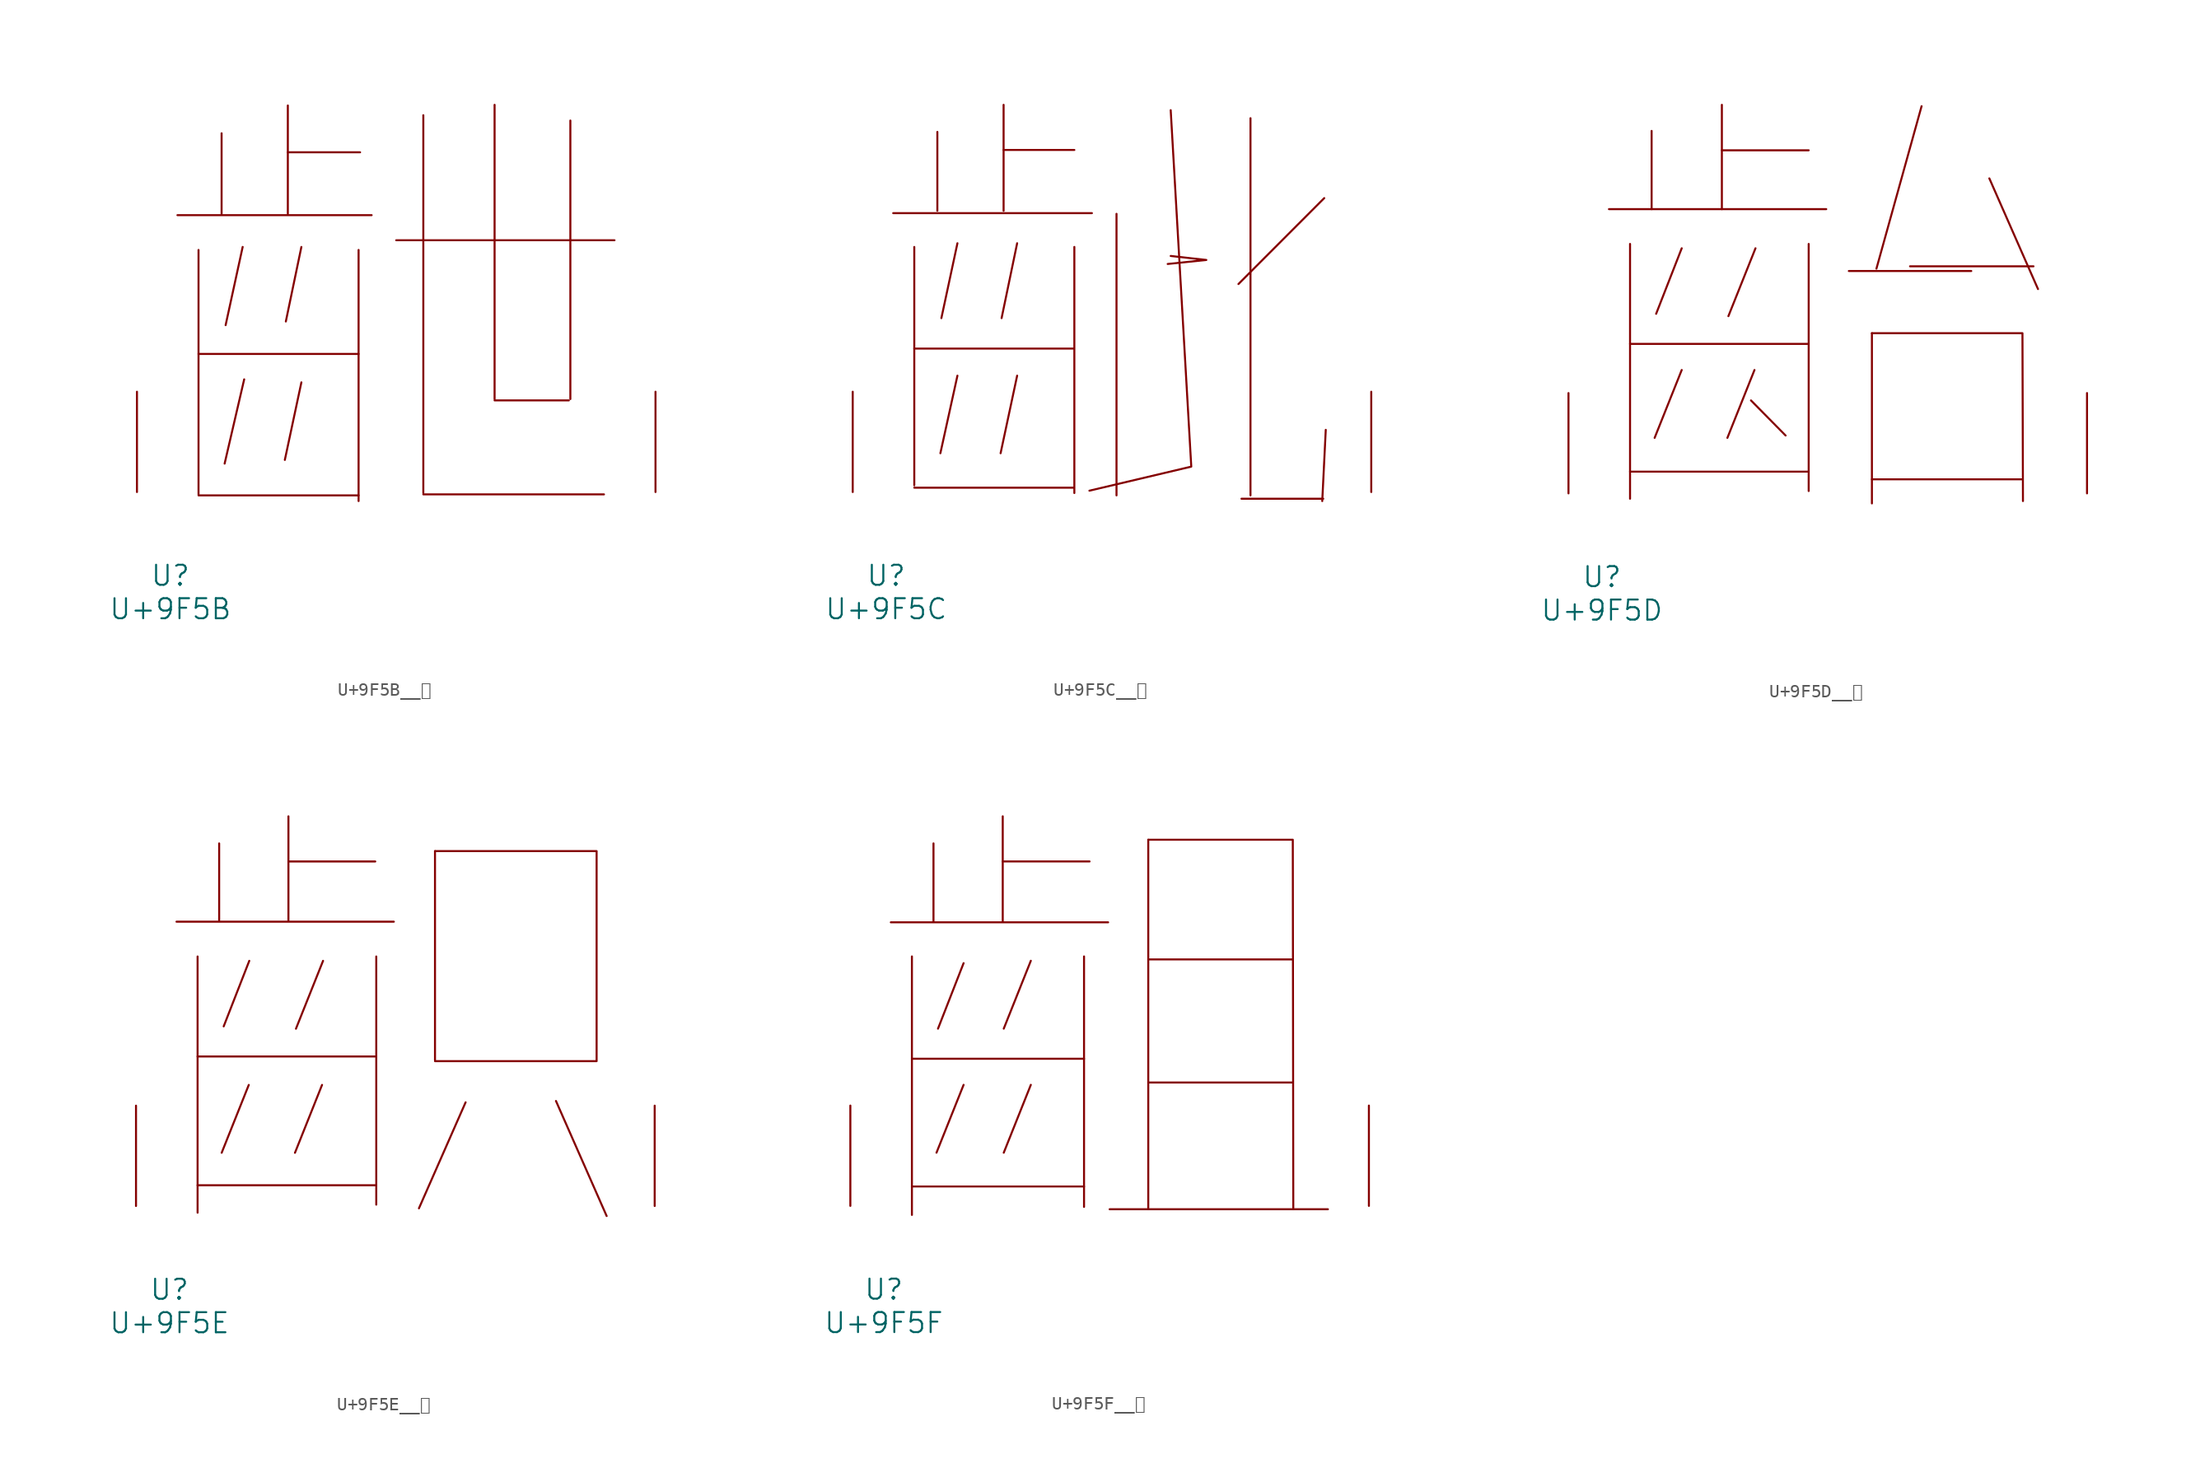
<source format=kicad_sym>
(kicad_symbol_lib
  (version 20231120)
  (generator "kicad_symbol_editor")
  (generator_version "8.0")
  (symbol "U+9F5B__齛"
    (pin_names
      (offset 1.016))
    (property "Reference" "U"
      (at 0 -6.35 0)
      (effects (font (size 1.524 1.524))))
    (property "Value" "U+9F5B"
      (at 0 -8.89 0)
      (effects (font (size 1.524 1.524))))
    (symbol "U+9F5B__齛_0_1"
      (polyline (pts (xy 0.533 21.031) (xy 15.278 21.031)) (stroke (width 0) (type solid)) (fill (type none)))
      (polyline (pts (xy 2.134 -0.254) (xy 14.287 -0.254)) (stroke (width 0) (type solid)) (fill (type none)))
      (polyline (pts (xy 2.134 10.49) (xy 14.287 10.49)) (stroke (width 0) (type solid)) (fill (type none)))
      (polyline (pts (xy 2.134 18.39) (xy 2.134 -0.178)) (stroke (width 0) (type solid)) (fill (type none)))
      (polyline (pts (xy 3.886 27.254) (xy 3.886 21.133)) (stroke (width 0) (type solid)) (fill (type none)))
      (polyline (pts (xy 5.486 18.618) (xy 4.191 12.675)) (stroke (width 0) (type solid)) (fill (type none)))
      (polyline (pts (xy 5.601 8.56) (xy 4.115 2.159)) (stroke (width 0) (type solid)) (fill (type none)))
      (polyline (pts (xy 8.915 25.806) (xy 14.402 25.806)) (stroke (width 0) (type solid)) (fill (type none)))
      (polyline (pts (xy 8.915 29.362) (xy 8.915 21.133)) (stroke (width 0) (type solid)) (fill (type none)))
      (polyline (pts (xy 9.944 8.331) (xy 8.687 2.438)) (stroke (width 0) (type solid)) (fill (type none)))
      (polyline (pts (xy 9.944 18.618) (xy 8.763 12.954)) (stroke (width 0) (type solid)) (fill (type none)))
      (polyline (pts (xy 14.287 18.39) (xy 14.287 -0.686)) (stroke (width 0) (type solid)) (fill (type none)))
      (polyline (pts (xy 17.145 19.126) (xy 33.718 19.126)) (stroke (width 0) (type solid)) (fill (type none)))
      (polyline (pts (xy 19.202 -0.178) (xy 32.918 -0.178)) (stroke (width 0) (type solid)) (fill (type none)))
      (polyline (pts (xy 19.202 28.626) (xy 19.202 -0.076)) (stroke (width 0) (type solid)) (fill (type none)))
      (polyline (pts (xy 24.613 6.96) (xy 30.251 6.96)) (stroke (width 0) (type solid)) (fill (type none)))
      (polyline (pts (xy 24.613 29.413) (xy 24.613 7.061)) (stroke (width 0) (type solid)) (fill (type none)))
      (polyline (pts (xy 30.366 28.219) (xy 30.366 7.061)) (stroke (width 0) (type solid)) (fill (type none)))
      (pin input line (at -2.54 0 90) (length 7.62) (name "~" (effects (font (size 1.27 1.27)))) (number "~" (effects (font (size 1.27 1.27)))))
      (pin input line (at 36.83 0 90) (length 7.62) (name "~" (effects (font (size 1.27 1.27)))) (number "~" (effects (font (size 1.27 1.27)))))))
  (symbol "U+9F5C__齜"
    (pin_names
      (offset 1.016))
    (property "Reference" "U"
      (at 0 -6.35 0)
      (effects (font (size 1.524 1.524))))
    (property "Value" "U+9F5C"
      (at 0 -8.89 0)
      (effects (font (size 1.524 1.524))))
    (symbol "U+9F5C__齜_0_1"
      (polyline (pts (xy 0.533 21.184) (xy 15.621 21.184)) (stroke (width 0) (type solid)) (fill (type none)))
      (polyline (pts (xy 2.134 0.33) (xy 14.249 0.33)) (stroke (width 0) (type solid)) (fill (type none)))
      (polyline (pts (xy 2.134 10.897) (xy 14.249 10.897)) (stroke (width 0) (type solid)) (fill (type none)))
      (polyline (pts (xy 2.134 18.618) (xy 2.134 0.508)) (stroke (width 0) (type solid)) (fill (type none)))
      (polyline (pts (xy 3.886 27.356) (xy 3.886 21.361)) (stroke (width 0) (type solid)) (fill (type none)))
      (polyline (pts (xy 5.41 8.839) (xy 4.115 2.946)) (stroke (width 0) (type solid)) (fill (type none)))
      (polyline (pts (xy 5.41 18.898) (xy 4.191 13.208)) (stroke (width 0) (type solid)) (fill (type none)))
      (polyline (pts (xy 8.915 25.984) (xy 14.287 25.984)) (stroke (width 0) (type solid)) (fill (type none)))
      (polyline (pts (xy 8.915 29.413) (xy 8.915 21.361)) (stroke (width 0) (type solid)) (fill (type none)))
      (polyline (pts (xy 9.944 8.839) (xy 8.687 2.946)) (stroke (width 0) (type solid)) (fill (type none)))
      (polyline (pts (xy 9.944 18.898) (xy 8.763 13.208)) (stroke (width 0) (type solid)) (fill (type none)))
      (polyline (pts (xy 14.287 18.618) (xy 14.287 -0.076)) (stroke (width 0) (type solid)) (fill (type none)))
      (polyline (pts (xy 17.488 21.133) (xy 17.488 -0.254)) (stroke (width 0) (type solid)) (fill (type none)))
      (polyline (pts (xy 26.975 -0.508) (xy 33.185 -0.508)) (stroke (width 0) (type solid)) (fill (type none)))
      (polyline (pts (xy 27.661 28.397) (xy 27.661 -0.254)) (stroke (width 0) (type solid)) (fill (type none)))
      (polyline (pts (xy 33.261 22.327) (xy 26.746 15.799)) (stroke (width 0) (type solid)) (fill (type none)))
      (polyline (pts (xy 33.376 4.724) (xy 33.109 -0.686)) (stroke (width 0) (type solid)) (fill (type none)))
      (polyline (pts (xy 21.603 17.932) (xy 24.308 17.628) (xy 21.374 17.323)) (stroke (width 0) (type solid)) (fill (type none)))
      (polyline (pts (xy 21.603 29.007) (xy 23.165 1.93) (xy 15.431 0.102)) (stroke (width 0) (type solid)) (fill (type none)))
      (pin input line (at -2.54 0 90) (length 7.62) (name "~" (effects (font (size 1.27 1.27)))) (number "~" (effects (font (size 1.27 1.27)))))
      (pin input line (at 36.83 0 90) (length 7.62) (name "~" (effects (font (size 1.27 1.27)))) (number "~" (effects (font (size 1.27 1.27)))))))
  (symbol "U+9F5D__齝"
    (pin_names
      (offset 1.016))
    (property "Reference" "U"
      (at 0 -6.35 0)
      (effects (font (size 1.524 1.524))))
    (property "Value" "U+9F5D"
      (at 0 -8.89 0)
      (effects (font (size 1.524 1.524))))
    (symbol "U+9F5D__齝_0_1"
      (polyline (pts (xy 0.533 21.59) (xy 17.031 21.59)) (stroke (width 0) (type solid)) (fill (type none)))
      (polyline (pts (xy 2.134 1.651) (xy 15.697 1.651)) (stroke (width 0) (type solid)) (fill (type none)))
      (polyline (pts (xy 2.134 11.354) (xy 15.697 11.354)) (stroke (width 0) (type solid)) (fill (type none)))
      (polyline (pts (xy 2.134 18.948) (xy 2.134 -0.406)) (stroke (width 0) (type solid)) (fill (type none)))
      (polyline (pts (xy 3.772 27.534) (xy 3.772 21.59)) (stroke (width 0) (type solid)) (fill (type none)))
      (polyline (pts (xy 6.058 9.373) (xy 4 4.216)) (stroke (width 0) (type solid)) (fill (type none)))
      (polyline (pts (xy 6.058 18.618) (xy 4.115 13.64)) (stroke (width 0) (type solid)) (fill (type none)))
      (polyline (pts (xy 9.106 26.06) (xy 15.697 26.06)) (stroke (width 0) (type solid)) (fill (type none)))
      (polyline (pts (xy 9.106 29.515) (xy 9.106 21.59)) (stroke (width 0) (type solid)) (fill (type none)))
      (polyline (pts (xy 11.316 7.061) (xy 13.945 4.394)) (stroke (width 0) (type solid)) (fill (type none)))
      (polyline (pts (xy 11.582 9.373) (xy 9.525 4.216)) (stroke (width 0) (type solid)) (fill (type none)))
      (polyline (pts (xy 11.659 18.618) (xy 9.601 13.462)) (stroke (width 0) (type solid)) (fill (type none)))
      (polyline (pts (xy 15.697 18.948) (xy 15.697 0.178)) (stroke (width 0) (type solid)) (fill (type none)))
      (polyline (pts (xy 18.745 16.891) (xy 28.042 16.891)) (stroke (width 0) (type solid)) (fill (type none)))
      (polyline (pts (xy 20.498 1.067) (xy 31.89 1.067)) (stroke (width 0) (type solid)) (fill (type none)))
      (polyline (pts (xy 20.498 12.167) (xy 20.498 -0.762)) (stroke (width 0) (type solid)) (fill (type none)))
      (polyline (pts (xy 23.393 17.247) (xy 32.766 17.247)) (stroke (width 0) (type solid)) (fill (type none)))
      (polyline (pts (xy 24.27 29.413) (xy 20.841 17.069)) (stroke (width 0) (type solid)) (fill (type none)))
      (polyline (pts (xy 29.413 23.927) (xy 33.109 15.519)) (stroke (width 0) (type solid)) (fill (type none)))
      (polyline (pts (xy 20.498 12.167) (xy 31.928 12.167) (xy 31.966 -0.584)) (stroke (width 0) (type solid)) (fill (type none)))
      (pin input line (at -2.54 0 90) (length 7.62) (name "~" (effects (font (size 1.27 1.27)))) (number "~" (effects (font (size 1.27 1.27)))))
      (pin input line (at 36.83 0 90) (length 7.62) (name "~" (effects (font (size 1.27 1.27)))) (number "~" (effects (font (size 1.27 1.27)))))))
  (symbol "U+9F5E__齞"
    (pin_names
      (offset 1.016))
    (property "Reference" "U"
      (at 0 -6.35 0)
      (effects (font (size 1.524 1.524))))
    (property "Value" "U+9F5E"
      (at 0 -8.89 0)
      (effects (font (size 1.524 1.524))))
    (symbol "U+9F5E__齞_0_1"
      (polyline (pts (xy 0.533 21.59) (xy 17.031 21.59)) (stroke (width 0) (type solid)) (fill (type none)))
      (polyline (pts (xy 2.134 1.575) (xy 15.621 1.575)) (stroke (width 0) (type solid)) (fill (type none)))
      (polyline (pts (xy 2.134 11.354) (xy 15.621 11.354)) (stroke (width 0) (type solid)) (fill (type none)))
      (polyline (pts (xy 2.134 18.948) (xy 2.134 -0.508)) (stroke (width 0) (type solid)) (fill (type none)))
      (polyline (pts (xy 3.772 27.534) (xy 3.772 21.692)) (stroke (width 0) (type solid)) (fill (type none)))
      (polyline (pts (xy 6.02 9.195) (xy 3.962 4.039)) (stroke (width 0) (type solid)) (fill (type none)))
      (polyline (pts (xy 6.058 18.618) (xy 4.115 13.64)) (stroke (width 0) (type solid)) (fill (type none)))
      (polyline (pts (xy 9.03 26.162) (xy 15.621 26.162)) (stroke (width 0) (type solid)) (fill (type none)))
      (polyline (pts (xy 9.03 29.591) (xy 9.03 21.692)) (stroke (width 0) (type solid)) (fill (type none)))
      (polyline (pts (xy 11.582 9.195) (xy 9.525 4.039)) (stroke (width 0) (type solid)) (fill (type none)))
      (polyline (pts (xy 11.659 18.618) (xy 9.601 13.462)) (stroke (width 0) (type solid)) (fill (type none)))
      (polyline (pts (xy 15.697 18.948) (xy 15.697 0.102)) (stroke (width 0) (type solid)) (fill (type none)))
      (polyline (pts (xy 20.155 10.998) (xy 32.423 10.998)) (stroke (width 0) (type solid)) (fill (type none)))
      (polyline (pts (xy 20.155 26.949) (xy 20.155 11.074)) (stroke (width 0) (type solid)) (fill (type none)))
      (polyline (pts (xy 22.479 7.874) (xy 18.936 -0.178)) (stroke (width 0) (type solid)) (fill (type none)))
      (polyline (pts (xy 29.337 7.976) (xy 33.185 -0.762)) (stroke (width 0) (type solid)) (fill (type none)))
      (polyline (pts (xy 20.155 26.949) (xy 32.423 26.949) (xy 32.423 11.074)) (stroke (width 0) (type solid)) (fill (type none)))
      (pin input line (at -2.54 0 90) (length 7.62) (name "~" (effects (font (size 1.27 1.27)))) (number "~" (effects (font (size 1.27 1.27)))))
      (pin input line (at 36.83 0 90) (length 7.62) (name "~" (effects (font (size 1.27 1.27)))) (number "~" (effects (font (size 1.27 1.27)))))))
  (symbol "U+9F5F__齟"
    (pin_names
      (offset 1.016))
    (property "Reference" "U"
      (at 0 -6.35 0)
      (effects (font (size 1.524 1.524))))
    (property "Value" "U+9F5F"
      (at 0 -8.89 0)
      (effects (font (size 1.524 1.524))))
    (symbol "U+9F5F__齟_0_1"
      (polyline (pts (xy 0.533 21.539) (xy 17.031 21.539)) (stroke (width 0) (type solid)) (fill (type none)))
      (polyline (pts (xy 2.134 1.473) (xy 15.202 1.473)) (stroke (width 0) (type solid)) (fill (type none)))
      (polyline (pts (xy 2.134 11.176) (xy 15.202 11.176)) (stroke (width 0) (type solid)) (fill (type none)))
      (polyline (pts (xy 2.134 18.948) (xy 2.134 -0.686)) (stroke (width 0) (type solid)) (fill (type none)))
      (polyline (pts (xy 3.772 27.534) (xy 3.772 21.59)) (stroke (width 0) (type solid)) (fill (type none)))
      (polyline (pts (xy 6.058 9.195) (xy 4 4.039)) (stroke (width 0) (type solid)) (fill (type none)))
      (polyline (pts (xy 6.058 18.44) (xy 4.115 13.462)) (stroke (width 0) (type solid)) (fill (type none)))
      (polyline (pts (xy 9.03 26.162) (xy 15.621 26.162)) (stroke (width 0) (type solid)) (fill (type none)))
      (polyline (pts (xy 9.03 29.591) (xy 9.03 21.59)) (stroke (width 0) (type solid)) (fill (type none)))
      (polyline (pts (xy 11.163 9.195) (xy 9.106 4.039)) (stroke (width 0) (type solid)) (fill (type none)))
      (polyline (pts (xy 11.163 18.618) (xy 9.106 13.462)) (stroke (width 0) (type solid)) (fill (type none)))
      (polyline (pts (xy 15.202 18.948) (xy 15.202 -0.076)) (stroke (width 0) (type solid)) (fill (type none)))
      (polyline (pts (xy 17.145 -0.254) (xy 33.718 -0.254)) (stroke (width 0) (type solid)) (fill (type none)))
      (polyline (pts (xy 20.079 9.373) (xy 31.052 9.373)) (stroke (width 0) (type solid)) (fill (type none)))
      (polyline (pts (xy 20.079 18.72) (xy 31.052 18.72)) (stroke (width 0) (type solid)) (fill (type none)))
      (polyline (pts (xy 20.079 27.813) (xy 20.079 -0.178)) (stroke (width 0) (type solid)) (fill (type none)))
      (polyline (pts (xy 20.079 27.813) (xy 31.052 27.813) (xy 31.09 -0.178)) (stroke (width 0) (type solid)) (fill (type none)))
      (pin input line (at -2.54 0 90) (length 7.62) (name "~" (effects (font (size 1.27 1.27)))) (number "~" (effects (font (size 1.27 1.27)))))
      (pin input line (at 36.83 0 90) (length 7.62) (name "~" (effects (font (size 1.27 1.27)))) (number "~" (effects (font (size 1.27 1.27))))))))
</source>
